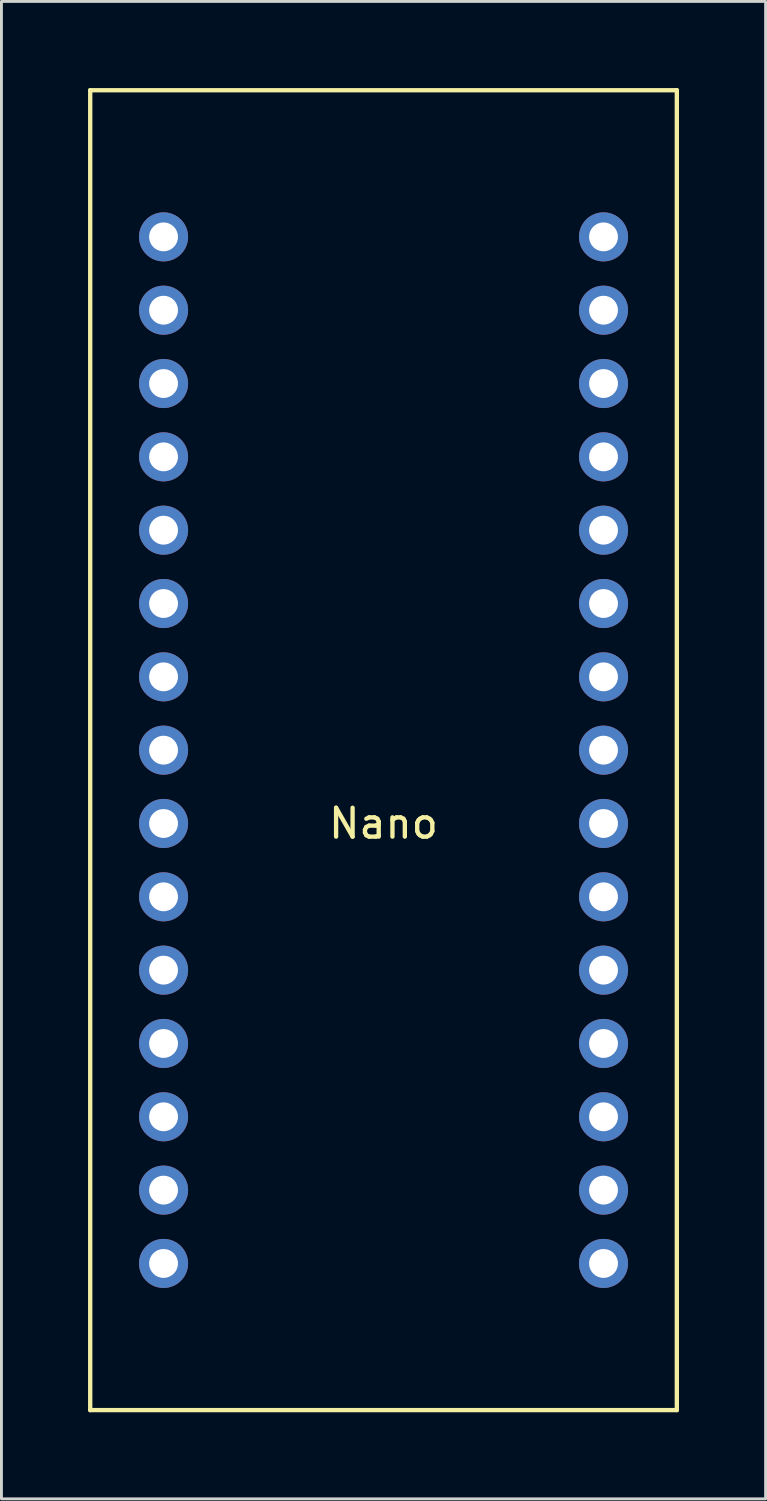
<source format=kicad_pcb>
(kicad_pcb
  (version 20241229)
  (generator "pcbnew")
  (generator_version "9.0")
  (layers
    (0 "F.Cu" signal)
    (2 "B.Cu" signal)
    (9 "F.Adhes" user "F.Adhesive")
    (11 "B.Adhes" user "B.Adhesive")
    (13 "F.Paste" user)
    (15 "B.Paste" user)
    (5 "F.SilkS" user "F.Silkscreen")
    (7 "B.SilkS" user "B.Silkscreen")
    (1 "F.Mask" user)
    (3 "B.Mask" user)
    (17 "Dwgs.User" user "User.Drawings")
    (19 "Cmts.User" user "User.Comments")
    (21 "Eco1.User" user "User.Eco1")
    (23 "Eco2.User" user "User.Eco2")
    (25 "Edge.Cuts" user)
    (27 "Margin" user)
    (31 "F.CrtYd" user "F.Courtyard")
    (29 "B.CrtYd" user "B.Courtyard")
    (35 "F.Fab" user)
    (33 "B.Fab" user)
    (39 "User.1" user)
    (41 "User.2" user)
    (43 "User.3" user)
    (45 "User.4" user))
  (footprint "Nano"
    (layer "F.Cu")
    (at 10.235 22.935)
    (property "Reference" "Nano" (at 0 2.54 0) (layer "F.SilkS") (effects (font (size 1 1) (thickness 0.15))))
    (attr through_hole)
    (fp_line (start -10.16 -22.86) (end -10.16 22.86) (stroke (width 0.15) (type solid)) (layer "F.SilkS"))
    (fp_line (start -10.16 22.86) (end 10.16 22.86) (stroke (width 0.15) (type solid)) (layer "F.SilkS"))
    (fp_line (start 10.16 -22.86) (end -10.16 -22.86) (stroke (width 0.15) (type solid)) (layer "F.SilkS"))
    (fp_line (start 10.16 22.86) (end 10.16 -22.86) (stroke (width 0.15) (type solid)) (layer "F.SilkS"))
    (pad "3.3V" thru_hole circle (at -7.62 -15.24) (size 1.7 1.7) (drill 1) (layers "*.Cu" "*.Mask"))
    (pad "5V" thru_hole circle (at -7.62 10.16) (size 1.7 1.7) (drill 1) (layers "*.Cu" "*.Mask"))
    (pad "A0" thru_hole circle (at -7.62 -10.16) (size 1.7 1.7) (drill 1) (layers "*.Cu" "*.Mask"))
    (pad "A1" thru_hole circle (at -7.62 -7.62) (size 1.7 1.7) (drill 1) (layers "*.Cu" "*.Mask"))
    (pad "A2" thru_hole circle (at -7.62 -5.08) (size 1.7 1.7) (drill 1) (layers "*.Cu" "*.Mask"))
    (pad "A3" thru_hole circle (at -7.62 -2.54) (size 1.7 1.7) (drill 1) (layers "*.Cu" "*.Mask"))
    (pad "A4" thru_hole circle (at -7.62 0) (size 1.7 1.7) (drill 1) (layers "*.Cu" "*.Mask"))
    (pad "A5" thru_hole circle (at -7.62 2.54) (size 1.7 1.7) (drill 1) (layers "*.Cu" "*.Mask"))
    (pad "A6" thru_hole circle (at -7.62 5.08) (size 1.7 1.7) (drill 1) (layers "*.Cu" "*.Mask"))
    (pad "A7" thru_hole circle (at -7.62 7.62) (size 1.7 1.7) (drill 1) (layers "*.Cu" "*.Mask"))
    (pad "D2" thru_hole circle (at 7.62 7.62) (size 1.7 1.7) (drill 1) (layers "*.Cu" "*.Mask"))
    (pad "D3" thru_hole circle (at 7.62 5.08) (size 1.7 1.7) (drill 1) (layers "*.Cu" "*.Mask"))
    (pad "D4" thru_hole circle (at 7.62 2.54) (size 1.7 1.7) (drill 1) (layers "*.Cu" "*.Mask"))
    (pad "D5" thru_hole circle (at 7.62 0) (size 1.7 1.7) (drill 1) (layers "*.Cu" "*.Mask"))
    (pad "D6" thru_hole circle (at 7.62 -2.54) (size 1.7 1.7) (drill 1) (layers "*.Cu" "*.Mask"))
    (pad "D7" thru_hole circle (at 7.62 -5.08) (size 1.7 1.7) (drill 1) (layers "*.Cu" "*.Mask"))
    (pad "D8" thru_hole circle (at 7.62 -7.62) (size 1.7 1.7) (drill 1) (layers "*.Cu" "*.Mask"))
    (pad "D9" thru_hole circle (at 7.62 -10.16) (size 1.7 1.7) (drill 1) (layers "*.Cu" "*.Mask"))
    (pad "D10" thru_hole circle (at 7.62 -12.7) (size 1.7 1.7) (drill 1) (layers "*.Cu" "*.Mask"))
    (pad "D11" thru_hole circle (at 7.62 -15.24) (size 1.7 1.7) (drill 1) (layers "*.Cu" "*.Mask"))
    (pad "D12" thru_hole circle (at 7.62 -17.78) (size 1.7 1.7) (drill 1) (layers "*.Cu" "*.Mask"))
    (pad "D13" thru_hole circle (at -7.62 -17.78) (size 1.7 1.7) (drill 1) (layers "*.Cu" "*.Mask"))
    (pad "GND" thru_hole circle (at -7.62 15.24) (size 1.7 1.7) (drill 1) (layers "*.Cu" "*.Mask"))
    (pad "GND" thru_hole circle (at 7.62 10.16) (size 1.7 1.7) (drill 1) (layers "*.Cu" "*.Mask"))
    (pad "REF" thru_hole circle (at -7.62 -12.7) (size 1.7 1.7) (drill 1) (layers "*.Cu" "*.Mask"))
    (pad "RST" thru_hole circle (at -7.62 12.7) (size 1.7 1.7) (drill 1) (layers "*.Cu" "*.Mask"))
    (pad "RST" thru_hole circle (at 7.62 12.7) (size 1.7 1.7) (drill 1) (layers "*.Cu" "*.Mask"))
    (pad "RX0" thru_hole circle (at 7.62 15.24) (size 1.7 1.7) (drill 1) (layers "*.Cu" "*.Mask"))
    (pad "TX1" thru_hole circle (at 7.62 17.78) (size 1.7 1.7) (drill 1) (layers "*.Cu" "*.Mask"))
    (pad "Vin" thru_hole circle (at -7.62 17.78) (size 1.7 1.7) (drill 1) (layers "*.Cu" "*.Mask")))
  (gr_rect
    (start -3 -3)
    (end 23.47 48.87)
    (stroke (width 0.1) (type default))
    (fill no)
    (layer "Edge.Cuts")))
</source>
